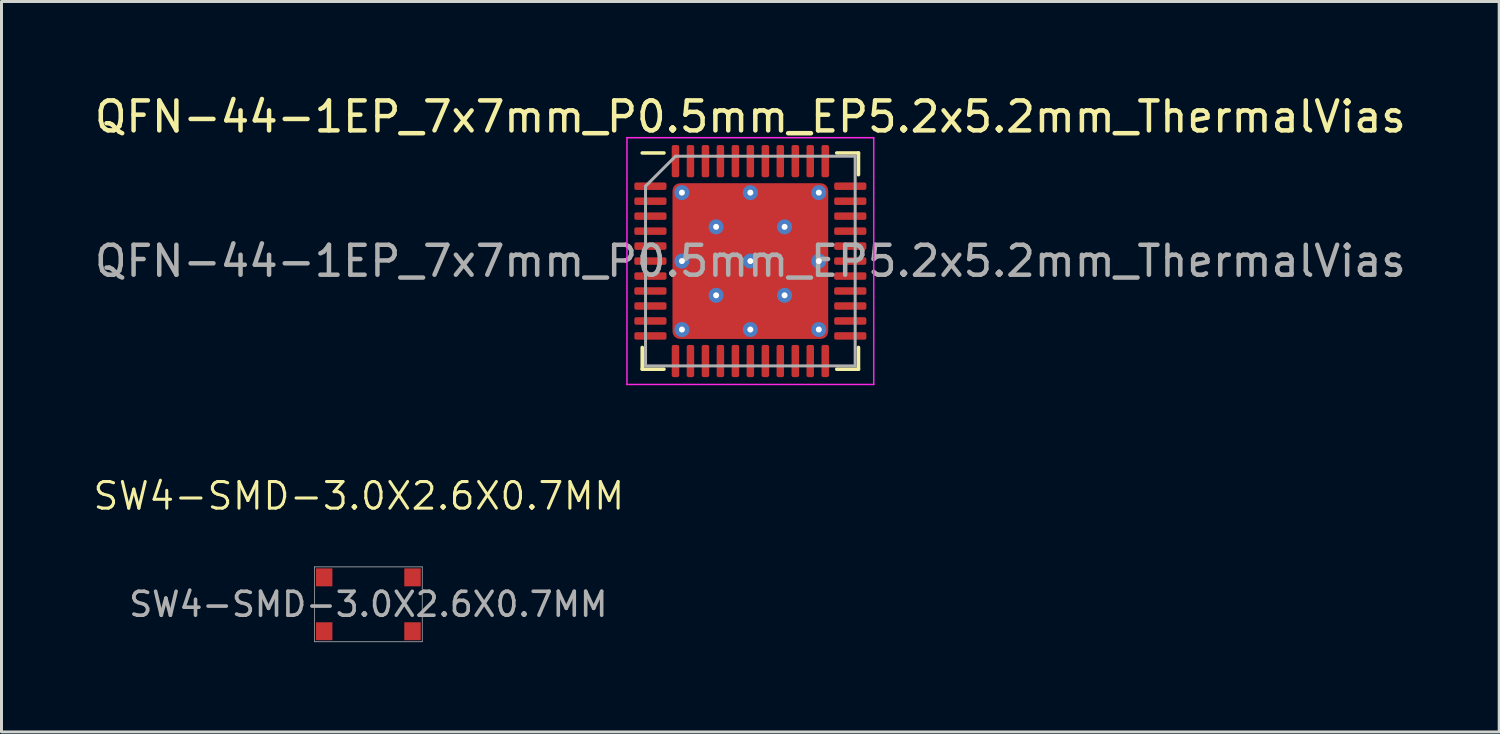
<source format=kicad_pcb>
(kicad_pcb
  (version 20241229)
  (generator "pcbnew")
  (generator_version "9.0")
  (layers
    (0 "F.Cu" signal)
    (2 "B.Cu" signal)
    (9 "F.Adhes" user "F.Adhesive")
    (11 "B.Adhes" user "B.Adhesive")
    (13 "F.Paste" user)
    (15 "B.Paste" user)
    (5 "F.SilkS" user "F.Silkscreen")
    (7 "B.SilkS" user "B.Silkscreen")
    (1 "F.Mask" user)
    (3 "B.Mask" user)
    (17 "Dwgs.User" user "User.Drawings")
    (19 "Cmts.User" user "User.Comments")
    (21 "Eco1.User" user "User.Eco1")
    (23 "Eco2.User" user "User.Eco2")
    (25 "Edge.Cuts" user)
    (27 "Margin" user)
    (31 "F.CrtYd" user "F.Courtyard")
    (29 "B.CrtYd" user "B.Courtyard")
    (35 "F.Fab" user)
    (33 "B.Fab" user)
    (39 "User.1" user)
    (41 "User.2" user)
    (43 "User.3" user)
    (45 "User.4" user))
  (footprint "SW4-SMD-3.0X2.6X0.7MM"
    (layer "F.Cu")
    (at 9.25 17.129)
    (property "Reference" "SW4-SMD-3.0X2.6X0.7MM" (at -0.318 -3.617 0) (layer "F.SilkS") (effects (font (size 0.889 0.889) (thickness 0.102))))
    (attr smd)
    (fp_line (start -1.8 -1.25) (end 1.8 -1.25) (stroke (width 0.025) (type solid)) (layer "F.Fab"))
    (fp_line (start -1.8 1.25) (end -1.8 -1.25) (stroke (width 0.025) (type solid)) (layer "F.Fab"))
    (fp_line (start 1.8 -1.25) (end 1.8 1.25) (stroke (width 0.025) (type solid)) (layer "F.Fab"))
    (fp_line (start 1.8 1.25) (end -1.8 1.25) (stroke (width 0.025) (type solid)) (layer "F.Fab"))
    (fp_text user "${REFERENCE}" (at 0 0 0) (layer "F.Fab") (effects (font (size 0.8 0.8) (thickness 0.12))))
    (pad "1" smd rect (at -1.475 -0.9) (size 0.55 0.6) (layers "F.Cu" "F.Mask" "F.Paste"))
    (pad "2" smd rect (at 1.475 -0.9) (size 0.55 0.6) (layers "F.Cu" "F.Mask" "F.Paste"))
    (pad "3" smd rect (at -1.475 0.9) (size 0.55 0.6) (layers "F.Cu" "F.Mask" "F.Paste"))
    (pad "4" smd rect (at 1.475 0.9) (size 0.55 0.6) (layers "F.Cu" "F.Mask" "F.Paste")))
  (footprint "QFN-44-1EP_7x7mm_P0.5mm_EP5.2x5.2mm_ThermalVias"
    (layer "F.Cu")
    (at 22.006 5.668)
    (property "Reference" "QFN-44-1EP_7x7mm_P0.5mm_EP5.2x5.2mm_ThermalVias" (at 0 -4.82 0) (layer "F.SilkS") (effects (font (size 1 1) (thickness 0.15))))
    (attr smd)
    (fp_line (start -3.61 3.61) (end -3.61 2.885) (stroke (width 0.12) (type solid)) (layer "F.SilkS"))
    (fp_line (start -2.885 -3.61) (end -3.61 -3.61) (stroke (width 0.12) (type solid)) (layer "F.SilkS"))
    (fp_line (start -2.885 3.61) (end -3.61 3.61) (stroke (width 0.12) (type solid)) (layer "F.SilkS"))
    (fp_line (start 2.885 -3.61) (end 3.61 -3.61) (stroke (width 0.12) (type solid)) (layer "F.SilkS"))
    (fp_line (start 2.885 3.61) (end 3.61 3.61) (stroke (width 0.12) (type solid)) (layer "F.SilkS"))
    (fp_line (start 3.61 -3.61) (end 3.61 -2.885) (stroke (width 0.12) (type solid)) (layer "F.SilkS"))
    (fp_line (start 3.61 3.61) (end 3.61 2.885) (stroke (width 0.12) (type solid)) (layer "F.SilkS"))
    (fp_line (start -4.12 -4.12) (end -4.12 4.12) (stroke (width 0.05) (type solid)) (layer "F.CrtYd"))
    (fp_line (start -4.12 4.12) (end 4.12 4.12) (stroke (width 0.05) (type solid)) (layer "F.CrtYd"))
    (fp_line (start 4.12 -4.12) (end -4.12 -4.12) (stroke (width 0.05) (type solid)) (layer "F.CrtYd"))
    (fp_line (start 4.12 4.12) (end 4.12 -4.12) (stroke (width 0.05) (type solid)) (layer "F.CrtYd"))
    (fp_line (start -3.5 -2.5) (end -2.5 -3.5) (stroke (width 0.1) (type solid)) (layer "F.Fab"))
    (fp_line (start -3.5 3.5) (end -3.5 -2.5) (stroke (width 0.1) (type solid)) (layer "F.Fab"))
    (fp_line (start -2.5 -3.5) (end 3.5 -3.5) (stroke (width 0.1) (type solid)) (layer "F.Fab"))
    (fp_line (start 3.5 -3.5) (end 3.5 3.5) (stroke (width 0.1) (type solid)) (layer "F.Fab"))
    (fp_line (start 3.5 3.5) (end -3.5 3.5) (stroke (width 0.1) (type solid)) (layer "F.Fab"))
    (fp_text user "${REFERENCE}" (at 0 0 0) (layer "F.Fab") (effects (font (size 1 1) (thickness 0.15))))
    (pad "" smd roundrect (at -1.762 -1.762) (size 1.007 1.007) (layers "F.Paste") (roundrect_rratio 0.248))
    (pad "" smd roundrect (at -1.762 -0.588) (size 1.007 1.007) (layers "F.Paste") (roundrect_rratio 0.248))
    (pad "" smd roundrect (at -1.762 0.588) (size 1.007 1.007) (layers "F.Paste") (roundrect_rratio 0.248))
    (pad "" smd roundrect (at -1.762 1.762) (size 1.007 1.007) (layers "F.Paste") (roundrect_rratio 0.248))
    (pad "" smd roundrect (at -0.588 -1.762) (size 1.007 1.007) (layers "F.Paste") (roundrect_rratio 0.248))
    (pad "" smd roundrect (at -0.588 -0.588) (size 1.007 1.007) (layers "F.Paste") (roundrect_rratio 0.248))
    (pad "" smd roundrect (at -0.588 0.588) (size 1.007 1.007) (layers "F.Paste") (roundrect_rratio 0.248))
    (pad "" smd roundrect (at -0.588 1.762) (size 1.007 1.007) (layers "F.Paste") (roundrect_rratio 0.248))
    (pad "" smd roundrect (at 0.588 -1.762) (size 1.007 1.007) (layers "F.Paste") (roundrect_rratio 0.248))
    (pad "" smd roundrect (at 0.588 -0.588) (size 1.007 1.007) (layers "F.Paste") (roundrect_rratio 0.248))
    (pad "" smd roundrect (at 0.588 0.588) (size 1.007 1.007) (layers "F.Paste") (roundrect_rratio 0.248))
    (pad "" smd roundrect (at 0.588 1.762) (size 1.007 1.007) (layers "F.Paste") (roundrect_rratio 0.248))
    (pad "" smd roundrect (at 1.762 -1.762) (size 1.007 1.007) (layers "F.Paste") (roundrect_rratio 0.248))
    (pad "" smd roundrect (at 1.762 -0.588) (size 1.007 1.007) (layers "F.Paste") (roundrect_rratio 0.248))
    (pad "" smd roundrect (at 1.762 0.588) (size 1.007 1.007) (layers "F.Paste") (roundrect_rratio 0.248))
    (pad "" smd roundrect (at 1.762 1.762) (size 1.007 1.007) (layers "F.Paste") (roundrect_rratio 0.248))
    (pad "1" smd roundrect (at -3.337 -2.5) (size 1.075 0.25) (layers "F.Cu" "F.Mask" "F.Paste") (roundrect_rratio 0.25))
    (pad "2" smd roundrect (at -3.337 -2) (size 1.075 0.25) (layers "F.Cu" "F.Mask" "F.Paste") (roundrect_rratio 0.25))
    (pad "3" smd roundrect (at -3.337 -1.5) (size 1.075 0.25) (layers "F.Cu" "F.Mask" "F.Paste") (roundrect_rratio 0.25))
    (pad "4" smd roundrect (at -3.337 -1) (size 1.075 0.25) (layers "F.Cu" "F.Mask" "F.Paste") (roundrect_rratio 0.25))
    (pad "5" smd roundrect (at -3.337 -0.5) (size 1.075 0.25) (layers "F.Cu" "F.Mask" "F.Paste") (roundrect_rratio 0.25))
    (pad "6" smd roundrect (at -3.337 0) (size 1.075 0.25) (layers "F.Cu" "F.Mask" "F.Paste") (roundrect_rratio 0.25))
    (pad "7" smd roundrect (at -3.337 0.5) (size 1.075 0.25) (layers "F.Cu" "F.Mask" "F.Paste") (roundrect_rratio 0.25))
    (pad "8" smd roundrect (at -3.337 1) (size 1.075 0.25) (layers "F.Cu" "F.Mask" "F.Paste") (roundrect_rratio 0.25))
    (pad "9" smd roundrect (at -3.337 1.5) (size 1.075 0.25) (layers "F.Cu" "F.Mask" "F.Paste") (roundrect_rratio 0.25))
    (pad "10" smd roundrect (at -3.337 2) (size 1.075 0.25) (layers "F.Cu" "F.Mask" "F.Paste") (roundrect_rratio 0.25))
    (pad "11" smd roundrect (at -3.337 2.5) (size 1.075 0.25) (layers "F.Cu" "F.Mask" "F.Paste") (roundrect_rratio 0.25))
    (pad "12" smd roundrect (at -2.5 3.337) (size 0.25 1.075) (layers "F.Cu" "F.Mask" "F.Paste") (roundrect_rratio 0.25))
    (pad "13" smd roundrect (at -2 3.337) (size 0.25 1.075) (layers "F.Cu" "F.Mask" "F.Paste") (roundrect_rratio 0.25))
    (pad "14" smd roundrect (at -1.5 3.337) (size 0.25 1.075) (layers "F.Cu" "F.Mask" "F.Paste") (roundrect_rratio 0.25))
    (pad "15" smd roundrect (at -1 3.337) (size 0.25 1.075) (layers "F.Cu" "F.Mask" "F.Paste") (roundrect_rratio 0.25))
    (pad "16" smd roundrect (at -0.5 3.337) (size 0.25 1.075) (layers "F.Cu" "F.Mask" "F.Paste") (roundrect_rratio 0.25))
    (pad "17" smd roundrect (at 0 3.337) (size 0.25 1.075) (layers "F.Cu" "F.Mask" "F.Paste") (roundrect_rratio 0.25))
    (pad "18" smd roundrect (at 0.5 3.337) (size 0.25 1.075) (layers "F.Cu" "F.Mask" "F.Paste") (roundrect_rratio 0.25))
    (pad "19" smd roundrect (at 1 3.337) (size 0.25 1.075) (layers "F.Cu" "F.Mask" "F.Paste") (roundrect_rratio 0.25))
    (pad "20" smd roundrect (at 1.5 3.337) (size 0.25 1.075) (layers "F.Cu" "F.Mask" "F.Paste") (roundrect_rratio 0.25))
    (pad "21" smd roundrect (at 2 3.337) (size 0.25 1.075) (layers "F.Cu" "F.Mask" "F.Paste") (roundrect_rratio 0.25))
    (pad "22" smd roundrect (at 2.5 3.337) (size 0.25 1.075) (layers "F.Cu" "F.Mask" "F.Paste") (roundrect_rratio 0.25))
    (pad "23" smd roundrect (at 3.337 2.5) (size 1.075 0.25) (layers "F.Cu" "F.Mask" "F.Paste") (roundrect_rratio 0.25))
    (pad "24" smd roundrect (at 3.337 2) (size 1.075 0.25) (layers "F.Cu" "F.Mask" "F.Paste") (roundrect_rratio 0.25))
    (pad "25" smd roundrect (at 3.337 1.5) (size 1.075 0.25) (layers "F.Cu" "F.Mask" "F.Paste") (roundrect_rratio 0.25))
    (pad "26" smd roundrect (at 3.337 1) (size 1.075 0.25) (layers "F.Cu" "F.Mask" "F.Paste") (roundrect_rratio 0.25))
    (pad "27" smd roundrect (at 3.337 0.5) (size 1.075 0.25) (layers "F.Cu" "F.Mask" "F.Paste") (roundrect_rratio 0.25))
    (pad "28" smd roundrect (at 3.337 0) (size 1.075 0.25) (layers "F.Cu" "F.Mask" "F.Paste") (roundrect_rratio 0.25))
    (pad "29" smd roundrect (at 3.337 -0.5) (size 1.075 0.25) (layers "F.Cu" "F.Mask" "F.Paste") (roundrect_rratio 0.25))
    (pad "30" smd roundrect (at 3.337 -1) (size 1.075 0.25) (layers "F.Cu" "F.Mask" "F.Paste") (roundrect_rratio 0.25))
    (pad "31" smd roundrect (at 3.337 -1.5) (size 1.075 0.25) (layers "F.Cu" "F.Mask" "F.Paste") (roundrect_rratio 0.25))
    (pad "32" smd roundrect (at 3.337 -2) (size 1.075 0.25) (layers "F.Cu" "F.Mask" "F.Paste") (roundrect_rratio 0.25))
    (pad "33" smd roundrect (at 3.337 -2.5) (size 1.075 0.25) (layers "F.Cu" "F.Mask" "F.Paste") (roundrect_rratio 0.25))
    (pad "34" smd roundrect (at 2.5 -3.337) (size 0.25 1.075) (layers "F.Cu" "F.Mask" "F.Paste") (roundrect_rratio 0.25))
    (pad "35" smd roundrect (at 2 -3.337) (size 0.25 1.075) (layers "F.Cu" "F.Mask" "F.Paste") (roundrect_rratio 0.25))
    (pad "36" smd roundrect (at 1.5 -3.337) (size 0.25 1.075) (layers "F.Cu" "F.Mask" "F.Paste") (roundrect_rratio 0.25))
    (pad "37" smd roundrect (at 1 -3.337) (size 0.25 1.075) (layers "F.Cu" "F.Mask" "F.Paste") (roundrect_rratio 0.25))
    (pad "38" smd roundrect (at 0.5 -3.337) (size 0.25 1.075) (layers "F.Cu" "F.Mask" "F.Paste") (roundrect_rratio 0.25))
    (pad "39" smd roundrect (at 0 -3.337) (size 0.25 1.075) (layers "F.Cu" "F.Mask" "F.Paste") (roundrect_rratio 0.25))
    (pad "40" smd roundrect (at -0.5 -3.337) (size 0.25 1.075) (layers "F.Cu" "F.Mask" "F.Paste") (roundrect_rratio 0.25))
    (pad "41" smd roundrect (at -1 -3.337) (size 0.25 1.075) (layers "F.Cu" "F.Mask" "F.Paste") (roundrect_rratio 0.25))
    (pad "42" smd roundrect (at -1.5 -3.337) (size 0.25 1.075) (layers "F.Cu" "F.Mask" "F.Paste") (roundrect_rratio 0.25))
    (pad "43" smd roundrect (at -2 -3.337) (size 0.25 1.075) (layers "F.Cu" "F.Mask" "F.Paste") (roundrect_rratio 0.25))
    (pad "44" smd roundrect (at -2.5 -3.337) (size 0.25 1.075) (layers "F.Cu" "F.Mask" "F.Paste") (roundrect_rratio 0.25))
    (pad "45" thru_hole circle (at -2.286 -2.286) (size 0.5 0.5) (drill 0.2) (layers "*.Cu"))
    (pad "45" thru_hole circle (at -2.286 0) (size 0.5 0.5) (drill 0.2) (layers "*.Cu"))
    (pad "45" thru_hole circle (at -2.286 2.286) (size 0.5 0.5) (drill 0.2) (layers "*.Cu"))
    (pad "45" thru_hole circle (at -1.143 -1.143) (size 0.5 0.5) (drill 0.2) (layers "*.Cu"))
    (pad "45" thru_hole circle (at -1.143 1.143) (size 0.5 0.5) (drill 0.2) (layers "*.Cu"))
    (pad "45" thru_hole circle (at 0 -2.286) (size 0.5 0.5) (drill 0.2) (layers "*.Cu"))
    (pad "45" thru_hole circle (at 0 0) (size 0.5 0.5) (drill 0.2) (layers "*.Cu"))
    (pad "45" smd roundrect (at 0 0) (size 5.2 5.2) (layers "F.Cu" "F.Mask") (roundrect_rratio 0.048))
    (pad "45" thru_hole circle (at 0 2.286) (size 0.5 0.5) (drill 0.2) (layers "*.Cu"))
    (pad "45" thru_hole circle (at 1.143 -1.143) (size 0.5 0.5) (drill 0.2) (layers "*.Cu"))
    (pad "45" thru_hole circle (at 1.143 1.143) (size 0.5 0.5) (drill 0.2) (layers "*.Cu"))
    (pad "45" thru_hole circle (at 2.286 -2.286) (size 0.5 0.5) (drill 0.2) (layers "*.Cu"))
    (pad "45" thru_hole circle (at 2.286 0) (size 0.5 0.5) (drill 0.2) (layers "*.Cu"))
    (pad "45" thru_hole circle (at 2.286 2.286) (size 0.5 0.5) (drill 0.2) (layers "*.Cu")))
  (gr_rect
    (start -3 -3)
    (end 47.012 21.391)
    (stroke (width 0.1) (type default))
    (fill no)
    (layer "Edge.Cuts")))
</source>
